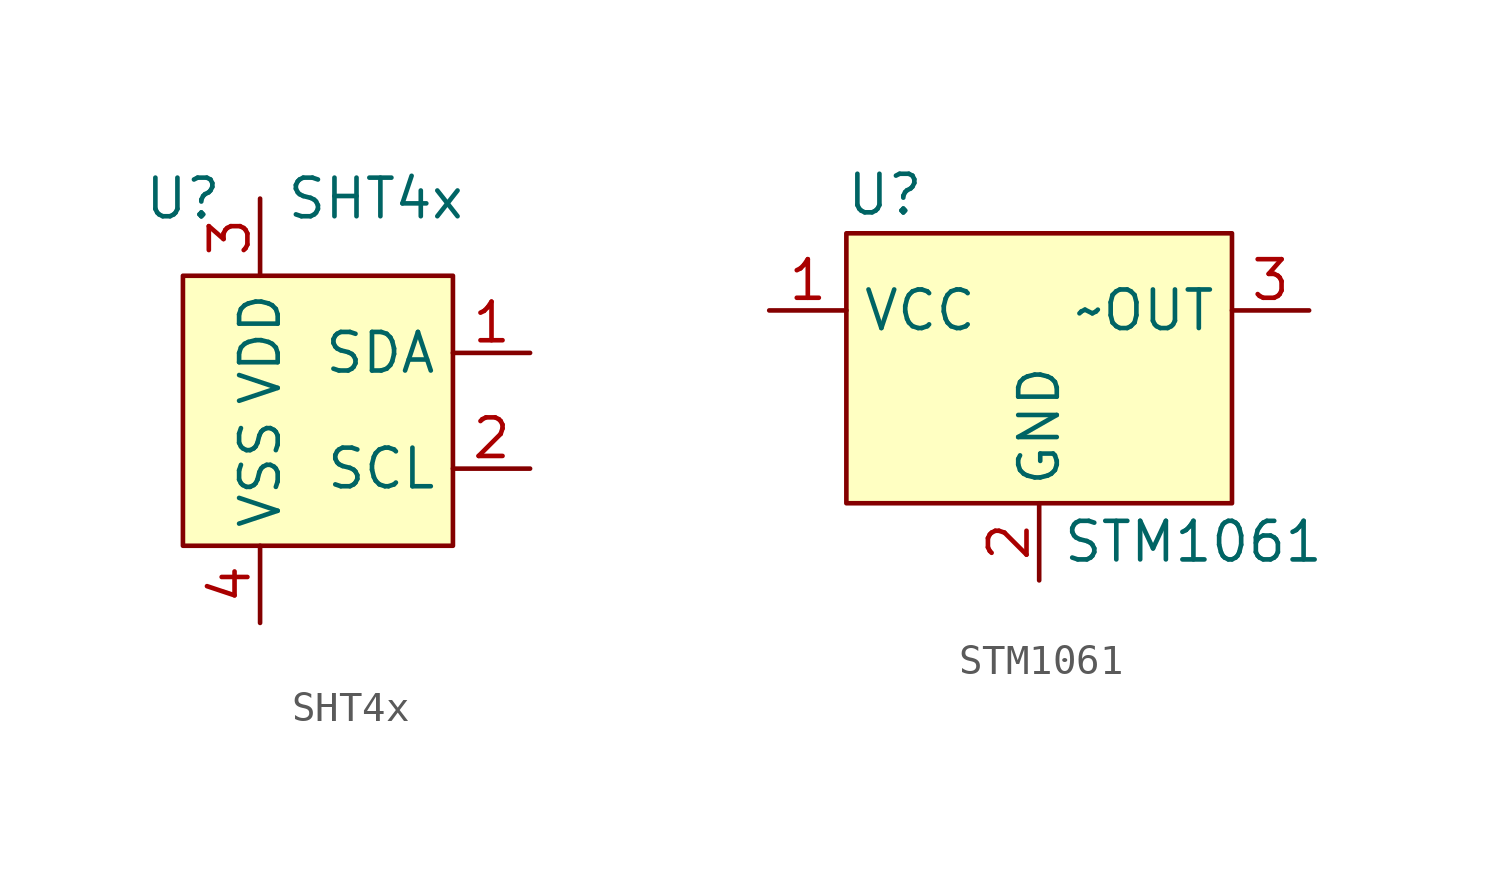
<source format=kicad_sym>
(kicad_symbol_lib
  (version 20211014)
  (generator kicad_symbol_editor)
  (symbol "SHT4x"
    (property "Reference" "U"
      (at -3.81 7.62 0)
      (effects (font (size 1.27 1.27))))
    (property "Value" "SHT4x"
      (at 2.54 7.62 0)
      (effects (font (size 1.27 1.27))))
    (symbol "SHT4x_0_0"
      (pin bidirectional line (at 7.62 2.54 180) (length 2.54) (name "SDA" (effects (font (size 1.27 1.27)))) (number "1" (effects (font (size 1.27 1.27)))))
      (pin bidirectional line (at 7.62 -1.27 180) (length 2.54) (name "SCL" (effects (font (size 1.27 1.27)))) (number "2" (effects (font (size 1.27 1.27)))))
      (pin power_in line (at -1.27 7.62 270) (length 2.54) (name "VDD" (effects (font (size 1.27 1.27)))) (number "3" (effects (font (size 1.27 1.27)))))
      (pin power_in line (at -1.27 -6.35 90) (length 2.54) (name "VSS" (effects (font (size 1.27 1.27)))) (number "4" (effects (font (size 1.27 1.27))))))
    (symbol "SHT4x_0_1"
      (rectangle (start -3.81 5.08) (end 5.08 -3.81) (stroke (width 0.152) (type default) (color 0 0 0 0)) (fill (type background)))))
  (symbol "STM1061"
    (property "Reference" "U"
      (at -5.08 3.81 0)
      (effects (font (size 1.27 1.27))))
    (property "Value" "STM1061"
      (at 5.08 -7.62 0)
      (effects (font (size 1.27 1.27))))
    (symbol "STM1061_0_0"
      (pin power_in line (at -8.89 0 0) (length 2.54) (name "VCC" (effects (font (size 1.27 1.27)))) (number "1" (effects (font (size 1.27 1.27)))))
      (pin power_in line (at 0 -8.89 90) (length 2.54) (name "GND" (effects (font (size 1.27 1.27)))) (number "2" (effects (font (size 1.27 1.27)))))
      (pin output line (at 8.89 0 180) (length 2.54) (name "~OUT" (effects (font (size 1.27 1.27)))) (number "3" (effects (font (size 1.27 1.27))))))
    (symbol "STM1061_0_1"
      (rectangle (start -6.35 2.54) (end 6.35 -6.35) (stroke (width 0.152) (type default) (color 0 0 0 0)) (fill (type background))))))
</source>
